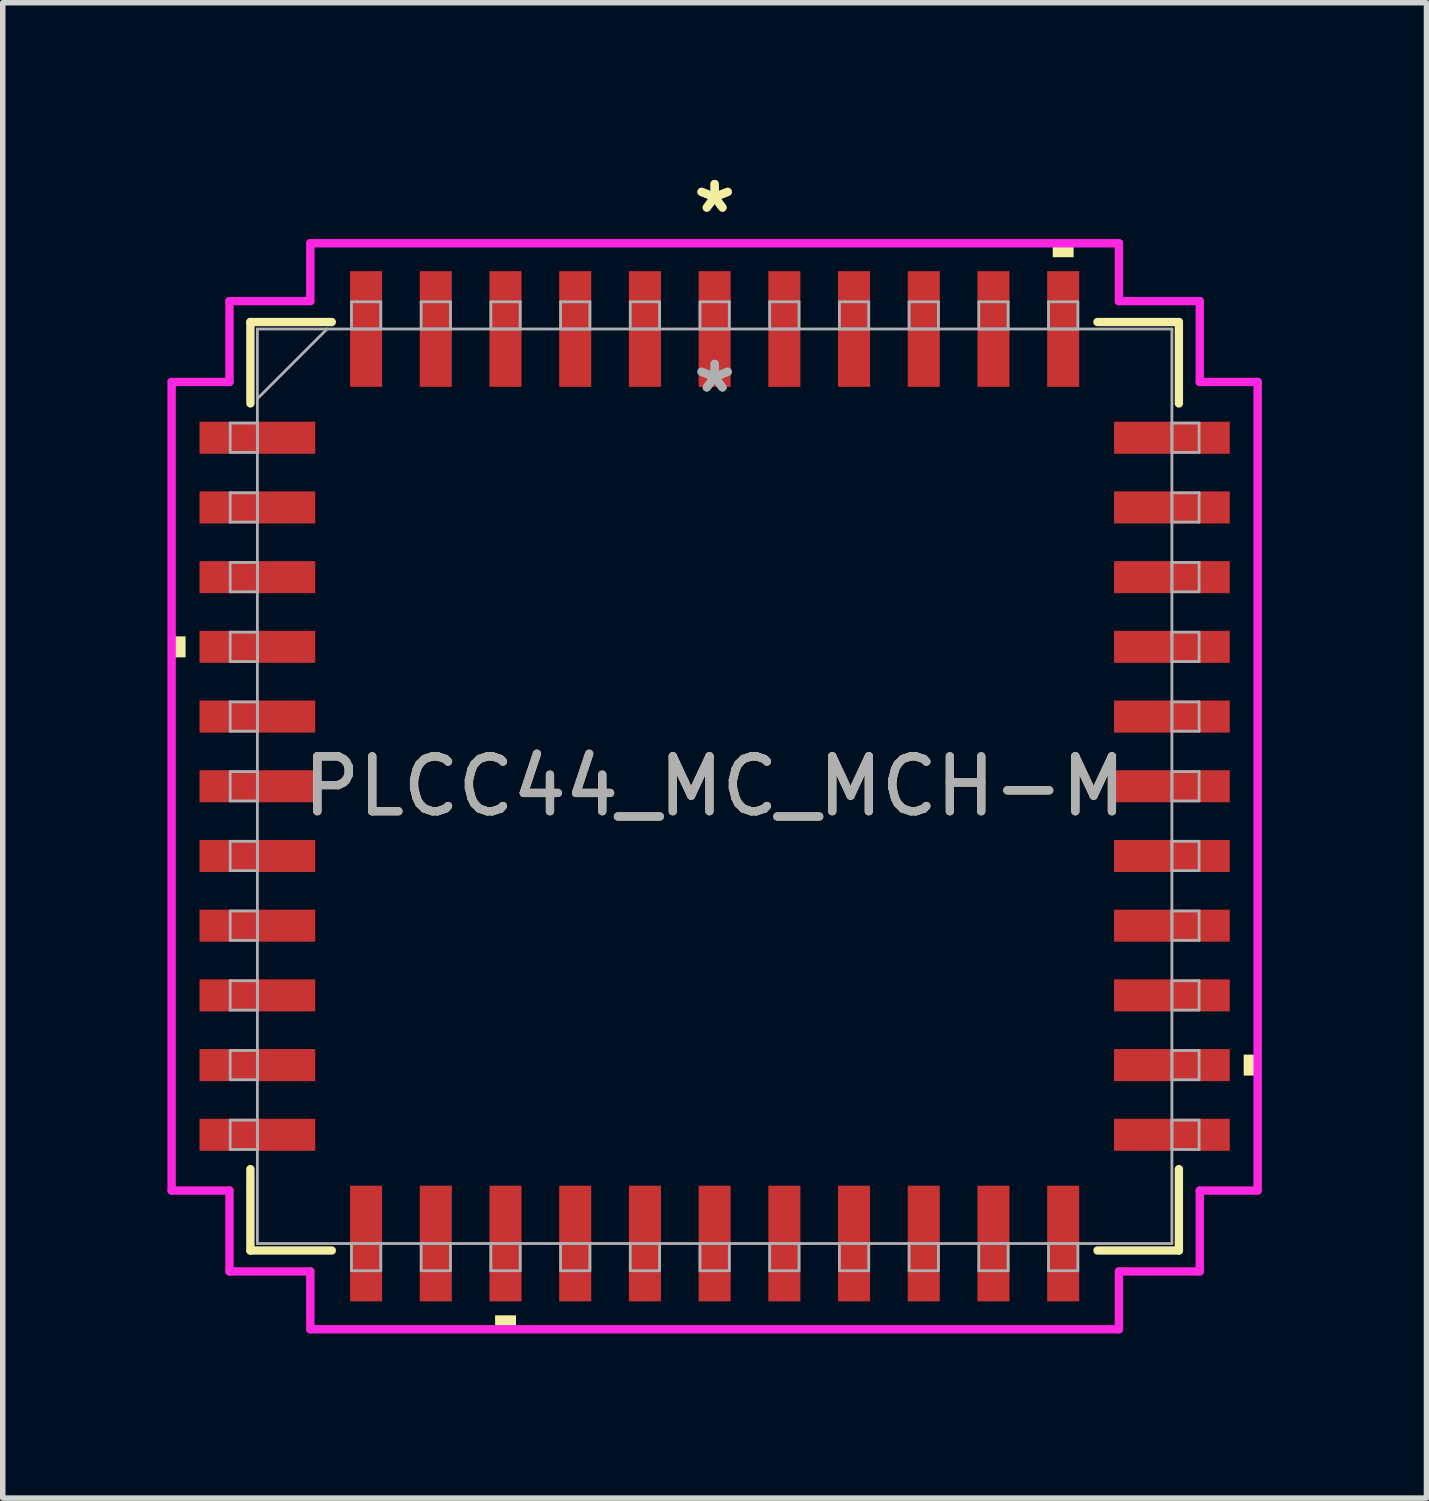
<source format=kicad_pcb>
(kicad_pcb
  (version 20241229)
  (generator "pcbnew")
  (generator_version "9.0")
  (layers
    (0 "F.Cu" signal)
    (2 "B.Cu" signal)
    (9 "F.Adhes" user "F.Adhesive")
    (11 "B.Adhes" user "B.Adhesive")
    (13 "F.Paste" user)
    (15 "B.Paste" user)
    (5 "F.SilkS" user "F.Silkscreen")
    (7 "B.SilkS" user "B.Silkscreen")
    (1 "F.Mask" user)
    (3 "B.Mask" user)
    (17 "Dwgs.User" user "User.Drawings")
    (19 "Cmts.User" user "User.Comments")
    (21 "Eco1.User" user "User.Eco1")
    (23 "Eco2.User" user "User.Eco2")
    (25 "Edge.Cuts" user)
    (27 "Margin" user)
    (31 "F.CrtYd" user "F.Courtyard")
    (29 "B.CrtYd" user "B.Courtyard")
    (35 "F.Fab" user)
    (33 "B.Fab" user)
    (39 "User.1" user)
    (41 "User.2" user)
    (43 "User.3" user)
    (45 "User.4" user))
  (footprint "PLCC44_MC_MCH-M"
    (layer "F.Cu")
    (at 9.97 11.275)
    (property "Reference" "PLCC44_MC_MCH-M" (at 0 0 0) (unlocked yes) (layer "F.SilkS") (effects (font (size 1 1) (thickness 0.15))))
    (attr smd)
    (fp_line (start -8.458 -8.458) (end -8.458 -6.975) (stroke (width 0.152) (type solid)) (layer "F.SilkS"))
    (fp_line (start -8.458 6.975) (end -8.458 8.458) (stroke (width 0.152) (type solid)) (layer "F.SilkS"))
    (fp_line (start -8.458 8.458) (end -6.975 8.458) (stroke (width 0.152) (type solid)) (layer "F.SilkS"))
    (fp_line (start -6.975 -8.458) (end -8.458 -8.458) (stroke (width 0.152) (type solid)) (layer "F.SilkS"))
    (fp_line (start 6.975 8.458) (end 8.458 8.458) (stroke (width 0.152) (type solid)) (layer "F.SilkS"))
    (fp_line (start 8.458 -8.458) (end 6.975 -8.458) (stroke (width 0.152) (type solid)) (layer "F.SilkS"))
    (fp_line (start 8.458 -6.975) (end 8.458 -8.458) (stroke (width 0.152) (type solid)) (layer "F.SilkS"))
    (fp_line (start 8.458 8.458) (end 8.458 6.975) (stroke (width 0.152) (type solid)) (layer "F.SilkS"))
    (fp_poly (pts (xy -9.893 -2.731) (xy -9.893 -2.349) (xy -9.639 -2.349) (xy -9.639 -2.731)) (stroke (width 0) (type solid)) (fill yes) (layer "F.SilkS"))
    (fp_poly (pts (xy -4 9.639) (xy -4 9.893) (xy -3.619 9.893) (xy -3.619 9.639)) (stroke (width 0) (type solid)) (fill yes) (layer "F.SilkS"))
    (fp_poly (pts (xy 6.16 -9.639) (xy 6.16 -9.893) (xy 6.54 -9.893) (xy 6.54 -9.639)) (stroke (width 0) (type solid)) (fill yes) (layer "F.SilkS"))
    (fp_poly (pts (xy 9.893 4.889) (xy 9.893 5.271) (xy 9.639 5.271) (xy 9.639 4.889)) (stroke (width 0) (type solid)) (fill yes) (layer "F.SilkS"))
    (fp_line (start -9.893 -7.366) (end -8.839 -7.366) (stroke (width 0.152) (type solid)) (layer "F.CrtYd"))
    (fp_line (start -9.893 7.366) (end -9.893 -7.366) (stroke (width 0.152) (type solid)) (layer "F.CrtYd"))
    (fp_line (start -9.893 7.366) (end -8.839 7.366) (stroke (width 0.152) (type solid)) (layer "F.CrtYd"))
    (fp_line (start -8.839 -8.839) (end -7.366 -8.839) (stroke (width 0.152) (type solid)) (layer "F.CrtYd"))
    (fp_line (start -8.839 -7.366) (end -8.839 -8.839) (stroke (width 0.152) (type solid)) (layer "F.CrtYd"))
    (fp_line (start -8.839 8.839) (end -8.839 7.366) (stroke (width 0.152) (type solid)) (layer "F.CrtYd"))
    (fp_line (start -7.366 -9.893) (end 7.366 -9.893) (stroke (width 0.152) (type solid)) (layer "F.CrtYd"))
    (fp_line (start -7.366 -8.839) (end -7.366 -9.893) (stroke (width 0.152) (type solid)) (layer "F.CrtYd"))
    (fp_line (start -7.366 8.839) (end -8.839 8.839) (stroke (width 0.152) (type solid)) (layer "F.CrtYd"))
    (fp_line (start -7.366 9.893) (end -7.366 8.839) (stroke (width 0.152) (type solid)) (layer "F.CrtYd"))
    (fp_line (start 7.366 -9.893) (end 7.366 -8.839) (stroke (width 0.152) (type solid)) (layer "F.CrtYd"))
    (fp_line (start 7.366 -8.839) (end 8.839 -8.839) (stroke (width 0.152) (type solid)) (layer "F.CrtYd"))
    (fp_line (start 7.366 8.839) (end 7.366 9.893) (stroke (width 0.152) (type solid)) (layer "F.CrtYd"))
    (fp_line (start 7.366 9.893) (end -7.366 9.893) (stroke (width 0.152) (type solid)) (layer "F.CrtYd"))
    (fp_line (start 8.839 -8.839) (end 8.839 -7.366) (stroke (width 0.152) (type solid)) (layer "F.CrtYd"))
    (fp_line (start 8.839 -7.366) (end 9.893 -7.366) (stroke (width 0.152) (type solid)) (layer "F.CrtYd"))
    (fp_line (start 8.839 7.366) (end 8.839 8.839) (stroke (width 0.152) (type solid)) (layer "F.CrtYd"))
    (fp_line (start 8.839 8.839) (end 7.366 8.839) (stroke (width 0.152) (type solid)) (layer "F.CrtYd"))
    (fp_line (start 9.893 -7.366) (end 9.893 7.366) (stroke (width 0.152) (type solid)) (layer "F.CrtYd"))
    (fp_line (start 9.893 7.366) (end 8.839 7.366) (stroke (width 0.152) (type solid)) (layer "F.CrtYd"))
    (fp_line (start -8.826 -6.617) (end -8.826 -6.083) (stroke (width 0.051) (type solid)) (layer "F.Fab"))
    (fp_line (start -8.826 -6.083) (end -8.331 -6.083) (stroke (width 0.051) (type solid)) (layer "F.Fab"))
    (fp_line (start -8.826 -5.347) (end -8.826 -4.813) (stroke (width 0.051) (type solid)) (layer "F.Fab"))
    (fp_line (start -8.826 -4.813) (end -8.331 -4.813) (stroke (width 0.051) (type solid)) (layer "F.Fab"))
    (fp_line (start -8.826 -4.077) (end -8.826 -3.543) (stroke (width 0.051) (type solid)) (layer "F.Fab"))
    (fp_line (start -8.826 -3.543) (end -8.331 -3.543) (stroke (width 0.051) (type solid)) (layer "F.Fab"))
    (fp_line (start -8.826 -2.807) (end -8.826 -2.273) (stroke (width 0.051) (type solid)) (layer "F.Fab"))
    (fp_line (start -8.826 -2.273) (end -8.331 -2.273) (stroke (width 0.051) (type solid)) (layer "F.Fab"))
    (fp_line (start -8.826 -1.537) (end -8.826 -1.003) (stroke (width 0.051) (type solid)) (layer "F.Fab"))
    (fp_line (start -8.826 -1.003) (end -8.331 -1.003) (stroke (width 0.051) (type solid)) (layer "F.Fab"))
    (fp_line (start -8.826 -0.267) (end -8.826 0.267) (stroke (width 0.051) (type solid)) (layer "F.Fab"))
    (fp_line (start -8.826 0.267) (end -8.331 0.267) (stroke (width 0.051) (type solid)) (layer "F.Fab"))
    (fp_line (start -8.826 1.003) (end -8.826 1.537) (stroke (width 0.051) (type solid)) (layer "F.Fab"))
    (fp_line (start -8.826 1.537) (end -8.331 1.537) (stroke (width 0.051) (type solid)) (layer "F.Fab"))
    (fp_line (start -8.826 2.273) (end -8.826 2.807) (stroke (width 0.051) (type solid)) (layer "F.Fab"))
    (fp_line (start -8.826 2.807) (end -8.331 2.807) (stroke (width 0.051) (type solid)) (layer "F.Fab"))
    (fp_line (start -8.826 3.543) (end -8.826 4.077) (stroke (width 0.051) (type solid)) (layer "F.Fab"))
    (fp_line (start -8.826 4.077) (end -8.331 4.077) (stroke (width 0.051) (type solid)) (layer "F.Fab"))
    (fp_line (start -8.826 4.813) (end -8.826 5.347) (stroke (width 0.051) (type solid)) (layer "F.Fab"))
    (fp_line (start -8.826 5.347) (end -8.331 5.347) (stroke (width 0.051) (type solid)) (layer "F.Fab"))
    (fp_line (start -8.826 6.083) (end -8.826 6.617) (stroke (width 0.051) (type solid)) (layer "F.Fab"))
    (fp_line (start -8.826 6.617) (end -8.331 6.617) (stroke (width 0.051) (type solid)) (layer "F.Fab"))
    (fp_line (start -8.331 -8.331) (end -8.331 8.331) (stroke (width 0.051) (type solid)) (layer "F.Fab"))
    (fp_line (start -8.331 -7.061) (end -7.061 -8.331) (stroke (width 0.051) (type solid)) (layer "F.Fab"))
    (fp_line (start -8.331 -6.617) (end -8.826 -6.617) (stroke (width 0.051) (type solid)) (layer "F.Fab"))
    (fp_line (start -8.331 -6.083) (end -8.331 -6.617) (stroke (width 0.051) (type solid)) (layer "F.Fab"))
    (fp_line (start -8.331 -5.347) (end -8.826 -5.347) (stroke (width 0.051) (type solid)) (layer "F.Fab"))
    (fp_line (start -8.331 -4.813) (end -8.331 -5.347) (stroke (width 0.051) (type solid)) (layer "F.Fab"))
    (fp_line (start -8.331 -4.077) (end -8.826 -4.077) (stroke (width 0.051) (type solid)) (layer "F.Fab"))
    (fp_line (start -8.331 -3.543) (end -8.331 -4.077) (stroke (width 0.051) (type solid)) (layer "F.Fab"))
    (fp_line (start -8.331 -2.807) (end -8.826 -2.807) (stroke (width 0.051) (type solid)) (layer "F.Fab"))
    (fp_line (start -8.331 -2.273) (end -8.331 -2.807) (stroke (width 0.051) (type solid)) (layer "F.Fab"))
    (fp_line (start -8.331 -1.537) (end -8.826 -1.537) (stroke (width 0.051) (type solid)) (layer "F.Fab"))
    (fp_line (start -8.331 -1.003) (end -8.331 -1.537) (stroke (width 0.051) (type solid)) (layer "F.Fab"))
    (fp_line (start -8.331 -0.267) (end -8.826 -0.267) (stroke (width 0.051) (type solid)) (layer "F.Fab"))
    (fp_line (start -8.331 0.267) (end -8.331 -0.267) (stroke (width 0.051) (type solid)) (layer "F.Fab"))
    (fp_line (start -8.331 1.003) (end -8.826 1.003) (stroke (width 0.051) (type solid)) (layer "F.Fab"))
    (fp_line (start -8.331 1.537) (end -8.331 1.003) (stroke (width 0.051) (type solid)) (layer "F.Fab"))
    (fp_line (start -8.331 2.273) (end -8.826 2.273) (stroke (width 0.051) (type solid)) (layer "F.Fab"))
    (fp_line (start -8.331 2.807) (end -8.331 2.273) (stroke (width 0.051) (type solid)) (layer "F.Fab"))
    (fp_line (start -8.331 3.543) (end -8.826 3.543) (stroke (width 0.051) (type solid)) (layer "F.Fab"))
    (fp_line (start -8.331 4.077) (end -8.331 3.543) (stroke (width 0.051) (type solid)) (layer "F.Fab"))
    (fp_line (start -8.331 4.813) (end -8.826 4.813) (stroke (width 0.051) (type solid)) (layer "F.Fab"))
    (fp_line (start -8.331 5.347) (end -8.331 4.813) (stroke (width 0.051) (type solid)) (layer "F.Fab"))
    (fp_line (start -8.331 6.083) (end -8.826 6.083) (stroke (width 0.051) (type solid)) (layer "F.Fab"))
    (fp_line (start -8.331 6.617) (end -8.331 6.083) (stroke (width 0.051) (type solid)) (layer "F.Fab"))
    (fp_line (start -8.331 8.331) (end 8.331 8.331) (stroke (width 0.051) (type solid)) (layer "F.Fab"))
    (fp_line (start -6.617 -8.826) (end -6.617 -8.331) (stroke (width 0.051) (type solid)) (layer "F.Fab"))
    (fp_line (start -6.617 -8.331) (end -6.083 -8.331) (stroke (width 0.051) (type solid)) (layer "F.Fab"))
    (fp_line (start -6.617 8.331) (end -6.617 8.826) (stroke (width 0.051) (type solid)) (layer "F.Fab"))
    (fp_line (start -6.617 8.826) (end -6.083 8.826) (stroke (width 0.051) (type solid)) (layer "F.Fab"))
    (fp_line (start -6.083 -8.826) (end -6.617 -8.826) (stroke (width 0.051) (type solid)) (layer "F.Fab"))
    (fp_line (start -6.083 -8.331) (end -6.083 -8.826) (stroke (width 0.051) (type solid)) (layer "F.Fab"))
    (fp_line (start -6.083 8.331) (end -6.617 8.331) (stroke (width 0.051) (type solid)) (layer "F.Fab"))
    (fp_line (start -6.083 8.826) (end -6.083 8.331) (stroke (width 0.051) (type solid)) (layer "F.Fab"))
    (fp_line (start -5.347 -8.826) (end -5.347 -8.331) (stroke (width 0.051) (type solid)) (layer "F.Fab"))
    (fp_line (start -5.347 -8.331) (end -4.813 -8.331) (stroke (width 0.051) (type solid)) (layer "F.Fab"))
    (fp_line (start -5.347 8.331) (end -5.347 8.826) (stroke (width 0.051) (type solid)) (layer "F.Fab"))
    (fp_line (start -5.347 8.826) (end -4.813 8.826) (stroke (width 0.051) (type solid)) (layer "F.Fab"))
    (fp_line (start -4.813 -8.826) (end -5.347 -8.826) (stroke (width 0.051) (type solid)) (layer "F.Fab"))
    (fp_line (start -4.813 -8.331) (end -4.813 -8.826) (stroke (width 0.051) (type solid)) (layer "F.Fab"))
    (fp_line (start -4.813 8.331) (end -5.347 8.331) (stroke (width 0.051) (type solid)) (layer "F.Fab"))
    (fp_line (start -4.813 8.826) (end -4.813 8.331) (stroke (width 0.051) (type solid)) (layer "F.Fab"))
    (fp_line (start -4.077 -8.826) (end -4.077 -8.331) (stroke (width 0.051) (type solid)) (layer "F.Fab"))
    (fp_line (start -4.077 -8.331) (end -3.543 -8.331) (stroke (width 0.051) (type solid)) (layer "F.Fab"))
    (fp_line (start -4.077 8.331) (end -4.077 8.826) (stroke (width 0.051) (type solid)) (layer "F.Fab"))
    (fp_line (start -4.077 8.826) (end -3.543 8.826) (stroke (width 0.051) (type solid)) (layer "F.Fab"))
    (fp_line (start -3.543 -8.826) (end -4.077 -8.826) (stroke (width 0.051) (type solid)) (layer "F.Fab"))
    (fp_line (start -3.543 -8.331) (end -3.543 -8.826) (stroke (width 0.051) (type solid)) (layer "F.Fab"))
    (fp_line (start -3.543 8.331) (end -4.077 8.331) (stroke (width 0.051) (type solid)) (layer "F.Fab"))
    (fp_line (start -3.543 8.826) (end -3.543 8.331) (stroke (width 0.051) (type solid)) (layer "F.Fab"))
    (fp_line (start -2.807 -8.826) (end -2.807 -8.331) (stroke (width 0.051) (type solid)) (layer "F.Fab"))
    (fp_line (start -2.807 -8.331) (end -2.273 -8.331) (stroke (width 0.051) (type solid)) (layer "F.Fab"))
    (fp_line (start -2.807 8.331) (end -2.807 8.826) (stroke (width 0.051) (type solid)) (layer "F.Fab"))
    (fp_line (start -2.807 8.826) (end -2.273 8.826) (stroke (width 0.051) (type solid)) (layer "F.Fab"))
    (fp_line (start -2.273 -8.826) (end -2.807 -8.826) (stroke (width 0.051) (type solid)) (layer "F.Fab"))
    (fp_line (start -2.273 -8.331) (end -2.273 -8.826) (stroke (width 0.051) (type solid)) (layer "F.Fab"))
    (fp_line (start -2.273 8.331) (end -2.807 8.331) (stroke (width 0.051) (type solid)) (layer "F.Fab"))
    (fp_line (start -2.273 8.826) (end -2.273 8.331) (stroke (width 0.051) (type solid)) (layer "F.Fab"))
    (fp_line (start -1.537 -8.826) (end -1.537 -8.331) (stroke (width 0.051) (type solid)) (layer "F.Fab"))
    (fp_line (start -1.537 -8.331) (end -1.003 -8.331) (stroke (width 0.051) (type solid)) (layer "F.Fab"))
    (fp_line (start -1.537 8.331) (end -1.537 8.826) (stroke (width 0.051) (type solid)) (layer "F.Fab"))
    (fp_line (start -1.537 8.826) (end -1.003 8.826) (stroke (width 0.051) (type solid)) (layer "F.Fab"))
    (fp_line (start -1.003 -8.826) (end -1.537 -8.826) (stroke (width 0.051) (type solid)) (layer "F.Fab"))
    (fp_line (start -1.003 -8.331) (end -1.003 -8.826) (stroke (width 0.051) (type solid)) (layer "F.Fab"))
    (fp_line (start -1.003 8.331) (end -1.537 8.331) (stroke (width 0.051) (type solid)) (layer "F.Fab"))
    (fp_line (start -1.003 8.826) (end -1.003 8.331) (stroke (width 0.051) (type solid)) (layer "F.Fab"))
    (fp_line (start -0.267 -8.826) (end -0.267 -8.331) (stroke (width 0.051) (type solid)) (layer "F.Fab"))
    (fp_line (start -0.267 -8.331) (end 0.267 -8.331) (stroke (width 0.051) (type solid)) (layer "F.Fab"))
    (fp_line (start -0.267 8.331) (end -0.267 8.826) (stroke (width 0.051) (type solid)) (layer "F.Fab"))
    (fp_line (start -0.267 8.826) (end 0.267 8.826) (stroke (width 0.051) (type solid)) (layer "F.Fab"))
    (fp_line (start 0.267 -8.826) (end -0.267 -8.826) (stroke (width 0.051) (type solid)) (layer "F.Fab"))
    (fp_line (start 0.267 -8.331) (end 0.267 -8.826) (stroke (width 0.051) (type solid)) (layer "F.Fab"))
    (fp_line (start 0.267 8.331) (end -0.267 8.331) (stroke (width 0.051) (type solid)) (layer "F.Fab"))
    (fp_line (start 0.267 8.826) (end 0.267 8.331) (stroke (width 0.051) (type solid)) (layer "F.Fab"))
    (fp_line (start 1.003 -8.826) (end 1.003 -8.331) (stroke (width 0.051) (type solid)) (layer "F.Fab"))
    (fp_line (start 1.003 -8.331) (end 1.537 -8.331) (stroke (width 0.051) (type solid)) (layer "F.Fab"))
    (fp_line (start 1.003 8.331) (end 1.003 8.826) (stroke (width 0.051) (type solid)) (layer "F.Fab"))
    (fp_line (start 1.003 8.826) (end 1.537 8.826) (stroke (width 0.051) (type solid)) (layer "F.Fab"))
    (fp_line (start 1.537 -8.826) (end 1.003 -8.826) (stroke (width 0.051) (type solid)) (layer "F.Fab"))
    (fp_line (start 1.537 -8.331) (end 1.537 -8.826) (stroke (width 0.051) (type solid)) (layer "F.Fab"))
    (fp_line (start 1.537 8.331) (end 1.003 8.331) (stroke (width 0.051) (type solid)) (layer "F.Fab"))
    (fp_line (start 1.537 8.826) (end 1.537 8.331) (stroke (width 0.051) (type solid)) (layer "F.Fab"))
    (fp_line (start 2.273 -8.826) (end 2.273 -8.331) (stroke (width 0.051) (type solid)) (layer "F.Fab"))
    (fp_line (start 2.273 -8.331) (end 2.807 -8.331) (stroke (width 0.051) (type solid)) (layer "F.Fab"))
    (fp_line (start 2.273 8.331) (end 2.273 8.826) (stroke (width 0.051) (type solid)) (layer "F.Fab"))
    (fp_line (start 2.273 8.826) (end 2.807 8.826) (stroke (width 0.051) (type solid)) (layer "F.Fab"))
    (fp_line (start 2.807 -8.826) (end 2.273 -8.826) (stroke (width 0.051) (type solid)) (layer "F.Fab"))
    (fp_line (start 2.807 -8.331) (end 2.807 -8.826) (stroke (width 0.051) (type solid)) (layer "F.Fab"))
    (fp_line (start 2.807 8.331) (end 2.273 8.331) (stroke (width 0.051) (type solid)) (layer "F.Fab"))
    (fp_line (start 2.807 8.826) (end 2.807 8.331) (stroke (width 0.051) (type solid)) (layer "F.Fab"))
    (fp_line (start 3.543 -8.826) (end 3.543 -8.331) (stroke (width 0.051) (type solid)) (layer "F.Fab"))
    (fp_line (start 3.543 -8.331) (end 4.077 -8.331) (stroke (width 0.051) (type solid)) (layer "F.Fab"))
    (fp_line (start 3.543 8.331) (end 3.543 8.826) (stroke (width 0.051) (type solid)) (layer "F.Fab"))
    (fp_line (start 3.543 8.826) (end 4.077 8.826) (stroke (width 0.051) (type solid)) (layer "F.Fab"))
    (fp_line (start 4.077 -8.826) (end 3.543 -8.826) (stroke (width 0.051) (type solid)) (layer "F.Fab"))
    (fp_line (start 4.077 -8.331) (end 4.077 -8.826) (stroke (width 0.051) (type solid)) (layer "F.Fab"))
    (fp_line (start 4.077 8.331) (end 3.543 8.331) (stroke (width 0.051) (type solid)) (layer "F.Fab"))
    (fp_line (start 4.077 8.826) (end 4.077 8.331) (stroke (width 0.051) (type solid)) (layer "F.Fab"))
    (fp_line (start 4.813 -8.826) (end 4.813 -8.331) (stroke (width 0.051) (type solid)) (layer "F.Fab"))
    (fp_line (start 4.813 -8.331) (end 5.347 -8.331) (stroke (width 0.051) (type solid)) (layer "F.Fab"))
    (fp_line (start 4.813 8.331) (end 4.813 8.826) (stroke (width 0.051) (type solid)) (layer "F.Fab"))
    (fp_line (start 4.813 8.826) (end 5.347 8.826) (stroke (width 0.051) (type solid)) (layer "F.Fab"))
    (fp_line (start 5.347 -8.826) (end 4.813 -8.826) (stroke (width 0.051) (type solid)) (layer "F.Fab"))
    (fp_line (start 5.347 -8.331) (end 5.347 -8.826) (stroke (width 0.051) (type solid)) (layer "F.Fab"))
    (fp_line (start 5.347 8.331) (end 4.813 8.331) (stroke (width 0.051) (type solid)) (layer "F.Fab"))
    (fp_line (start 5.347 8.826) (end 5.347 8.331) (stroke (width 0.051) (type solid)) (layer "F.Fab"))
    (fp_line (start 6.083 -8.826) (end 6.083 -8.331) (stroke (width 0.051) (type solid)) (layer "F.Fab"))
    (fp_line (start 6.083 -8.331) (end 6.617 -8.331) (stroke (width 0.051) (type solid)) (layer "F.Fab"))
    (fp_line (start 6.083 8.331) (end 6.083 8.826) (stroke (width 0.051) (type solid)) (layer "F.Fab"))
    (fp_line (start 6.083 8.826) (end 6.617 8.826) (stroke (width 0.051) (type solid)) (layer "F.Fab"))
    (fp_line (start 6.617 -8.826) (end 6.083 -8.826) (stroke (width 0.051) (type solid)) (layer "F.Fab"))
    (fp_line (start 6.617 -8.331) (end 6.617 -8.826) (stroke (width 0.051) (type solid)) (layer "F.Fab"))
    (fp_line (start 6.617 8.331) (end 6.083 8.331) (stroke (width 0.051) (type solid)) (layer "F.Fab"))
    (fp_line (start 6.617 8.826) (end 6.617 8.331) (stroke (width 0.051) (type solid)) (layer "F.Fab"))
    (fp_line (start 8.331 -8.331) (end -8.331 -8.331) (stroke (width 0.051) (type solid)) (layer "F.Fab"))
    (fp_line (start 8.331 -6.617) (end 8.331 -6.083) (stroke (width 0.051) (type solid)) (layer "F.Fab"))
    (fp_line (start 8.331 -6.083) (end 8.826 -6.083) (stroke (width 0.051) (type solid)) (layer "F.Fab"))
    (fp_line (start 8.331 -5.347) (end 8.331 -4.813) (stroke (width 0.051) (type solid)) (layer "F.Fab"))
    (fp_line (start 8.331 -4.813) (end 8.826 -4.813) (stroke (width 0.051) (type solid)) (layer "F.Fab"))
    (fp_line (start 8.331 -4.077) (end 8.331 -3.543) (stroke (width 0.051) (type solid)) (layer "F.Fab"))
    (fp_line (start 8.331 -3.543) (end 8.826 -3.543) (stroke (width 0.051) (type solid)) (layer "F.Fab"))
    (fp_line (start 8.331 -2.807) (end 8.331 -2.273) (stroke (width 0.051) (type solid)) (layer "F.Fab"))
    (fp_line (start 8.331 -2.273) (end 8.826 -2.273) (stroke (width 0.051) (type solid)) (layer "F.Fab"))
    (fp_line (start 8.331 -1.537) (end 8.331 -1.003) (stroke (width 0.051) (type solid)) (layer "F.Fab"))
    (fp_line (start 8.331 -1.003) (end 8.826 -1.003) (stroke (width 0.051) (type solid)) (layer "F.Fab"))
    (fp_line (start 8.331 -0.267) (end 8.331 0.267) (stroke (width 0.051) (type solid)) (layer "F.Fab"))
    (fp_line (start 8.331 0.267) (end 8.826 0.267) (stroke (width 0.051) (type solid)) (layer "F.Fab"))
    (fp_line (start 8.331 1.003) (end 8.331 1.537) (stroke (width 0.051) (type solid)) (layer "F.Fab"))
    (fp_line (start 8.331 1.537) (end 8.826 1.537) (stroke (width 0.051) (type solid)) (layer "F.Fab"))
    (fp_line (start 8.331 2.273) (end 8.331 2.807) (stroke (width 0.051) (type solid)) (layer "F.Fab"))
    (fp_line (start 8.331 2.807) (end 8.826 2.807) (stroke (width 0.051) (type solid)) (layer "F.Fab"))
    (fp_line (start 8.331 3.543) (end 8.331 4.077) (stroke (width 0.051) (type solid)) (layer "F.Fab"))
    (fp_line (start 8.331 4.077) (end 8.826 4.077) (stroke (width 0.051) (type solid)) (layer "F.Fab"))
    (fp_line (start 8.331 4.813) (end 8.331 5.347) (stroke (width 0.051) (type solid)) (layer "F.Fab"))
    (fp_line (start 8.331 5.347) (end 8.826 5.347) (stroke (width 0.051) (type solid)) (layer "F.Fab"))
    (fp_line (start 8.331 6.083) (end 8.331 6.617) (stroke (width 0.051) (type solid)) (layer "F.Fab"))
    (fp_line (start 8.331 6.617) (end 8.826 6.617) (stroke (width 0.051) (type solid)) (layer "F.Fab"))
    (fp_line (start 8.331 8.331) (end 8.331 -8.331) (stroke (width 0.051) (type solid)) (layer "F.Fab"))
    (fp_line (start 8.826 -6.617) (end 8.331 -6.617) (stroke (width 0.051) (type solid)) (layer "F.Fab"))
    (fp_line (start 8.826 -6.083) (end 8.826 -6.617) (stroke (width 0.051) (type solid)) (layer "F.Fab"))
    (fp_line (start 8.826 -5.347) (end 8.331 -5.347) (stroke (width 0.051) (type solid)) (layer "F.Fab"))
    (fp_line (start 8.826 -4.813) (end 8.826 -5.347) (stroke (width 0.051) (type solid)) (layer "F.Fab"))
    (fp_line (start 8.826 -4.077) (end 8.331 -4.077) (stroke (width 0.051) (type solid)) (layer "F.Fab"))
    (fp_line (start 8.826 -3.543) (end 8.826 -4.077) (stroke (width 0.051) (type solid)) (layer "F.Fab"))
    (fp_line (start 8.826 -2.807) (end 8.331 -2.807) (stroke (width 0.051) (type solid)) (layer "F.Fab"))
    (fp_line (start 8.826 -2.273) (end 8.826 -2.807) (stroke (width 0.051) (type solid)) (layer "F.Fab"))
    (fp_line (start 8.826 -1.537) (end 8.331 -1.537) (stroke (width 0.051) (type solid)) (layer "F.Fab"))
    (fp_line (start 8.826 -1.003) (end 8.826 -1.537) (stroke (width 0.051) (type solid)) (layer "F.Fab"))
    (fp_line (start 8.826 -0.267) (end 8.331 -0.267) (stroke (width 0.051) (type solid)) (layer "F.Fab"))
    (fp_line (start 8.826 0.267) (end 8.826 -0.267) (stroke (width 0.051) (type solid)) (layer "F.Fab"))
    (fp_line (start 8.826 1.003) (end 8.331 1.003) (stroke (width 0.051) (type solid)) (layer "F.Fab"))
    (fp_line (start 8.826 1.537) (end 8.826 1.003) (stroke (width 0.051) (type solid)) (layer "F.Fab"))
    (fp_line (start 8.826 2.273) (end 8.331 2.273) (stroke (width 0.051) (type solid)) (layer "F.Fab"))
    (fp_line (start 8.826 2.807) (end 8.826 2.273) (stroke (width 0.051) (type solid)) (layer "F.Fab"))
    (fp_line (start 8.826 3.543) (end 8.331 3.543) (stroke (width 0.051) (type solid)) (layer "F.Fab"))
    (fp_line (start 8.826 4.077) (end 8.826 3.543) (stroke (width 0.051) (type solid)) (layer "F.Fab"))
    (fp_line (start 8.826 4.813) (end 8.331 4.813) (stroke (width 0.051) (type solid)) (layer "F.Fab"))
    (fp_line (start 8.826 5.347) (end 8.826 4.813) (stroke (width 0.051) (type solid)) (layer "F.Fab"))
    (fp_line (start 8.826 6.083) (end 8.331 6.083) (stroke (width 0.051) (type solid)) (layer "F.Fab"))
    (fp_line (start 8.826 6.617) (end 8.826 6.083) (stroke (width 0.051) (type solid)) (layer "F.Fab"))
    (fp_text user "*" (at 0 -10.427 0) (layer "F.SilkS") (effects (font (size 1 1) (thickness 0.15))))
    (fp_text user "*" (at 0 -10.427 0) (unlocked yes) (layer "F.SilkS") (effects (font (size 1 1) (thickness 0.15))))
    (fp_text user "*" (at 0 -7.15 0) (unlocked yes) (layer "F.Fab") (effects (font (size 1 1) (thickness 0.15))))
    (fp_text user "*" (at 0 -7.15 0) (layer "F.Fab") (effects (font (size 1 1) (thickness 0.15))))
    (fp_text user "${REFERENCE}" (at 0 0 0) (unlocked yes) (layer "F.Fab") (effects (font (size 1 1) (thickness 0.15))))
    (pad "1" smd rect (at 0 -8.331) (size 0.584 2.108) (layers "F.Cu" "F.Mask" "F.Paste"))
    (pad "2" smd rect (at -1.27 -8.331) (size 0.584 2.108) (layers "F.Cu" "F.Mask" "F.Paste"))
    (pad "3" smd rect (at -2.54 -8.331) (size 0.584 2.108) (layers "F.Cu" "F.Mask" "F.Paste"))
    (pad "4" smd rect (at -3.81 -8.331) (size 0.584 2.108) (layers "F.Cu" "F.Mask" "F.Paste"))
    (pad "5" smd rect (at -5.08 -8.331) (size 0.584 2.108) (layers "F.Cu" "F.Mask" "F.Paste"))
    (pad "6" smd rect (at -6.35 -8.331) (size 0.584 2.108) (layers "F.Cu" "F.Mask" "F.Paste"))
    (pad "7" smd rect (at -8.331 -6.35 90) (size 0.584 2.108) (layers "F.Cu" "F.Mask" "F.Paste"))
    (pad "8" smd rect (at -8.331 -5.08 90) (size 0.584 2.108) (layers "F.Cu" "F.Mask" "F.Paste"))
    (pad "9" smd rect (at -8.331 -3.81 90) (size 0.584 2.108) (layers "F.Cu" "F.Mask" "F.Paste"))
    (pad "10" smd rect (at -8.331 -2.54 90) (size 0.584 2.108) (layers "F.Cu" "F.Mask" "F.Paste"))
    (pad "11" smd rect (at -8.331 -1.27 90) (size 0.584 2.108) (layers "F.Cu" "F.Mask" "F.Paste"))
    (pad "12" smd rect (at -8.331 0 90) (size 0.584 2.108) (layers "F.Cu" "F.Mask" "F.Paste"))
    (pad "13" smd rect (at -8.331 1.27 90) (size 0.584 2.108) (layers "F.Cu" "F.Mask" "F.Paste"))
    (pad "14" smd rect (at -8.331 2.54 90) (size 0.584 2.108) (layers "F.Cu" "F.Mask" "F.Paste"))
    (pad "15" smd rect (at -8.331 3.81 90) (size 0.584 2.108) (layers "F.Cu" "F.Mask" "F.Paste"))
    (pad "16" smd rect (at -8.331 5.08 90) (size 0.584 2.108) (layers "F.Cu" "F.Mask" "F.Paste"))
    (pad "17" smd rect (at -8.331 6.35 90) (size 0.584 2.108) (layers "F.Cu" "F.Mask" "F.Paste"))
    (pad "18" smd rect (at -6.35 8.331) (size 0.584 2.108) (layers "F.Cu" "F.Mask" "F.Paste"))
    (pad "19" smd rect (at -5.08 8.331) (size 0.584 2.108) (layers "F.Cu" "F.Mask" "F.Paste"))
    (pad "20" smd rect (at -3.81 8.331) (size 0.584 2.108) (layers "F.Cu" "F.Mask" "F.Paste"))
    (pad "21" smd rect (at -2.54 8.331) (size 0.584 2.108) (layers "F.Cu" "F.Mask" "F.Paste"))
    (pad "22" smd rect (at -1.27 8.331) (size 0.584 2.108) (layers "F.Cu" "F.Mask" "F.Paste"))
    (pad "23" smd rect (at 0 8.331) (size 0.584 2.108) (layers "F.Cu" "F.Mask" "F.Paste"))
    (pad "24" smd rect (at 1.27 8.331) (size 0.584 2.108) (layers "F.Cu" "F.Mask" "F.Paste"))
    (pad "25" smd rect (at 2.54 8.331) (size 0.584 2.108) (layers "F.Cu" "F.Mask" "F.Paste"))
    (pad "26" smd rect (at 3.81 8.331) (size 0.584 2.108) (layers "F.Cu" "F.Mask" "F.Paste"))
    (pad "27" smd rect (at 5.08 8.331) (size 0.584 2.108) (layers "F.Cu" "F.Mask" "F.Paste"))
    (pad "28" smd rect (at 6.35 8.331) (size 0.584 2.108) (layers "F.Cu" "F.Mask" "F.Paste"))
    (pad "29" smd rect (at 8.331 6.35 90) (size 0.584 2.108) (layers "F.Cu" "F.Mask" "F.Paste"))
    (pad "30" smd rect (at 8.331 5.08 90) (size 0.584 2.108) (layers "F.Cu" "F.Mask" "F.Paste"))
    (pad "31" smd rect (at 8.331 3.81 90) (size 0.584 2.108) (layers "F.Cu" "F.Mask" "F.Paste"))
    (pad "32" smd rect (at 8.331 2.54 90) (size 0.584 2.108) (layers "F.Cu" "F.Mask" "F.Paste"))
    (pad "33" smd rect (at 8.331 1.27 90) (size 0.584 2.108) (layers "F.Cu" "F.Mask" "F.Paste"))
    (pad "34" smd rect (at 8.331 0 90) (size 0.584 2.108) (layers "F.Cu" "F.Mask" "F.Paste"))
    (pad "35" smd rect (at 8.331 -1.27 90) (size 0.584 2.108) (layers "F.Cu" "F.Mask" "F.Paste"))
    (pad "36" smd rect (at 8.331 -2.54 90) (size 0.584 2.108) (layers "F.Cu" "F.Mask" "F.Paste"))
    (pad "37" smd rect (at 8.331 -3.81 90) (size 0.584 2.108) (layers "F.Cu" "F.Mask" "F.Paste"))
    (pad "38" smd rect (at 8.331 -5.08 90) (size 0.584 2.108) (layers "F.Cu" "F.Mask" "F.Paste"))
    (pad "39" smd rect (at 8.331 -6.35 90) (size 0.584 2.108) (layers "F.Cu" "F.Mask" "F.Paste"))
    (pad "40" smd rect (at 6.35 -8.331) (size 0.584 2.108) (layers "F.Cu" "F.Mask" "F.Paste"))
    (pad "41" smd rect (at 5.08 -8.331) (size 0.584 2.108) (layers "F.Cu" "F.Mask" "F.Paste"))
    (pad "42" smd rect (at 3.81 -8.331) (size 0.584 2.108) (layers "F.Cu" "F.Mask" "F.Paste"))
    (pad "43" smd rect (at 2.54 -8.331) (size 0.584 2.108) (layers "F.Cu" "F.Mask" "F.Paste"))
    (pad "44" smd rect (at 1.27 -8.331) (size 0.584 2.108) (layers "F.Cu" "F.Mask" "F.Paste")))
  (gr_rect
    (start -3 -3)
    (end 22.939 24.244)
    (stroke (width 0.1) (type default))
    (fill no)
    (layer "Edge.Cuts")))
</source>
